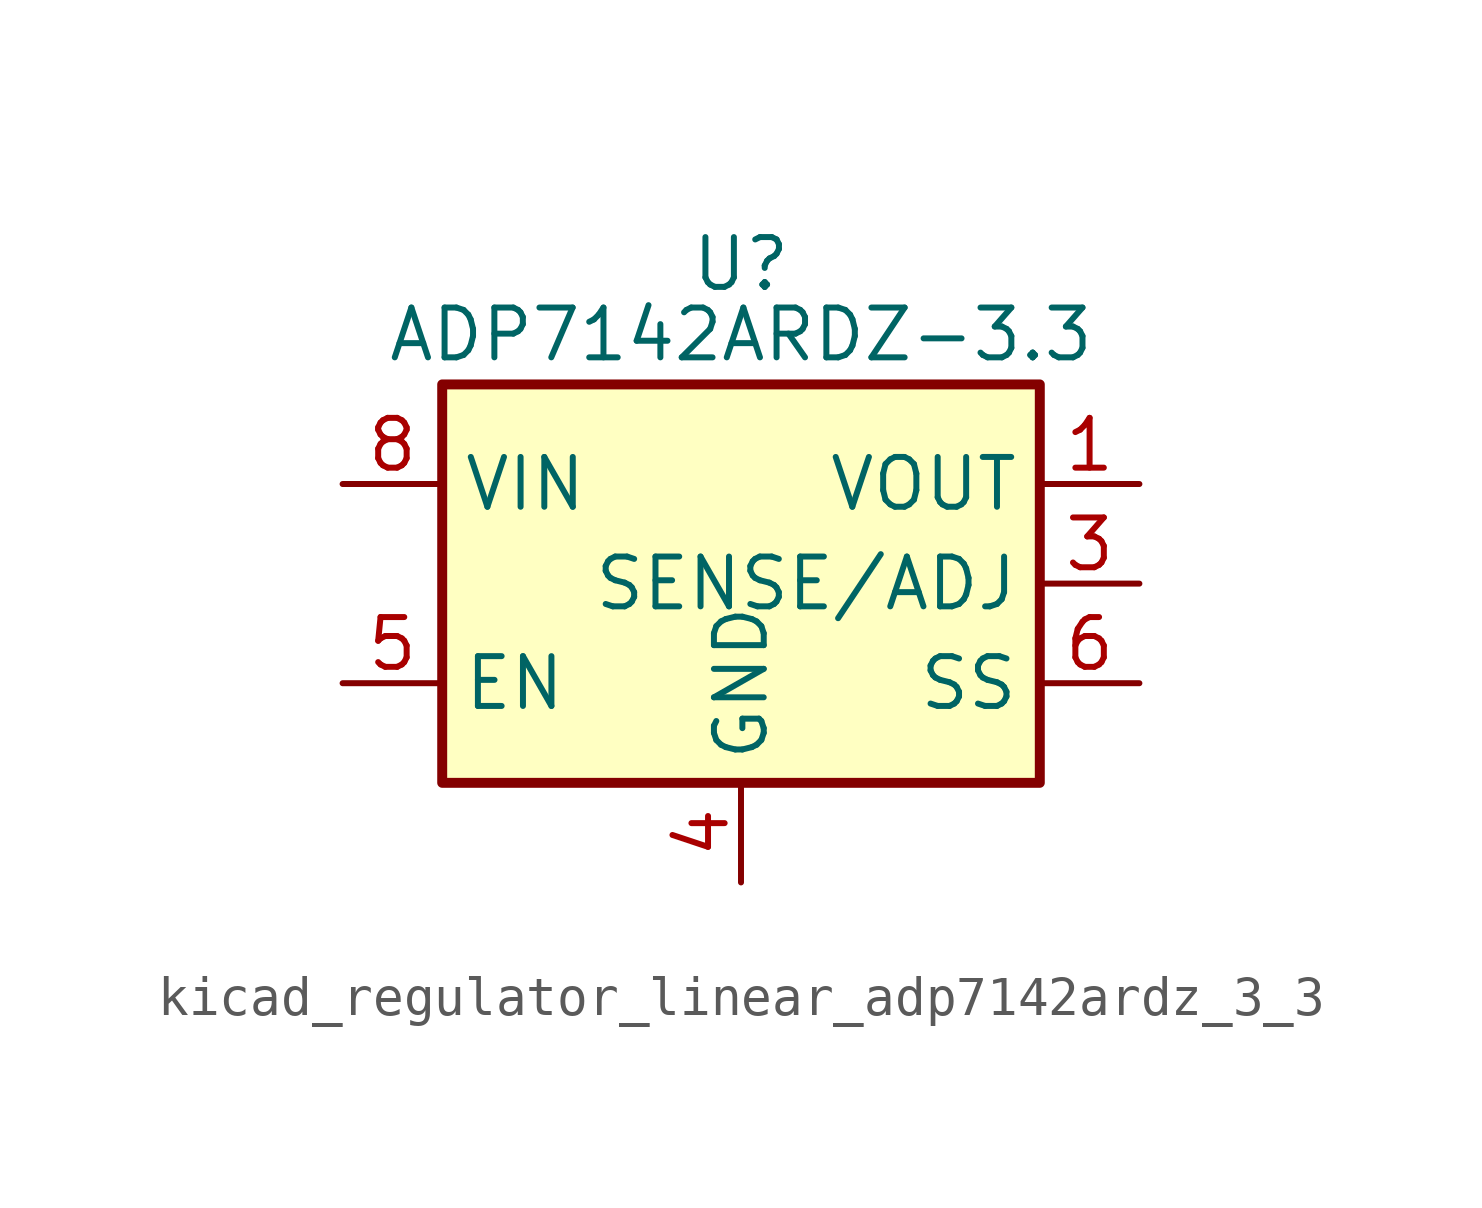
<source format=kicad_sym>
(kicad_symbol_lib
  (version 20220914)
  (generator kicad_symbol_editor)
  (symbol "kicad_regulator_linear_adp7142ardz_3_3"
    (property "Reference" "U"
      (at 0 8.89 0)
      (effects (font (size 1.27 1.27)) (justify top)))
    (property "Value" "ADP7142ARDZ-3.3"
      (at 0 6.35 0)
      (effects (font (size 1.27 1.27))))
    (symbol "kicad_regulator_linear_adp7142ardz_3_3_0_1"
      (rectangle (start -7.62 5.08) (end 7.62 -5.08) (stroke (width 0.254) (type default)) (fill (type background))))
    (symbol "kicad_regulator_linear_adp7142ardz_3_3_1_1"
      (pin power_out line (at 10.16 2.54 180) (length 2.54) (name "VOUT" (effects (font (size 1.27 1.27)))) (number "1" (effects (font (size 1.27 1.27)))))
      (pin passive line (at 10.16 2.54 180) (length 2.54) hide (name "VOUT" (effects (font (size 1.27 1.27)))) (number "2" (effects (font (size 1.27 1.27)))))
      (pin input line (at 10.16 0 180) (length 2.54) (name "SENSE/ADJ" (effects (font (size 1.27 1.27)))) (number "3" (effects (font (size 1.27 1.27)))))
      (pin power_in line (at 0 -7.62 90) (length 2.54) (name "GND" (effects (font (size 1.27 1.27)))) (number "4" (effects (font (size 1.27 1.27)))))
      (pin input line (at -10.16 -2.54 0) (length 2.54) (name "EN" (effects (font (size 1.27 1.27)))) (number "5" (effects (font (size 1.27 1.27)))))
      (pin passive line (at 10.16 -2.54 180) (length 2.54) (name "SS" (effects (font (size 1.27 1.27)))) (number "6" (effects (font (size 1.27 1.27)))))
      (pin passive line (at -10.16 2.54 0) (length 2.54) hide (name "VIN" (effects (font (size 1.27 1.27)))) (number "7" (effects (font (size 1.27 1.27)))))
      (pin power_in line (at -10.16 2.54 0) (length 2.54) (name "VIN" (effects (font (size 1.27 1.27)))) (number "8" (effects (font (size 1.27 1.27)))))
      (pin passive line (at 0 -7.62 90) (length 2.54) hide (name "GND" (effects (font (size 1.27 1.27)))) (number "9" (effects (font (size 1.27 1.27))))))))
</source>
